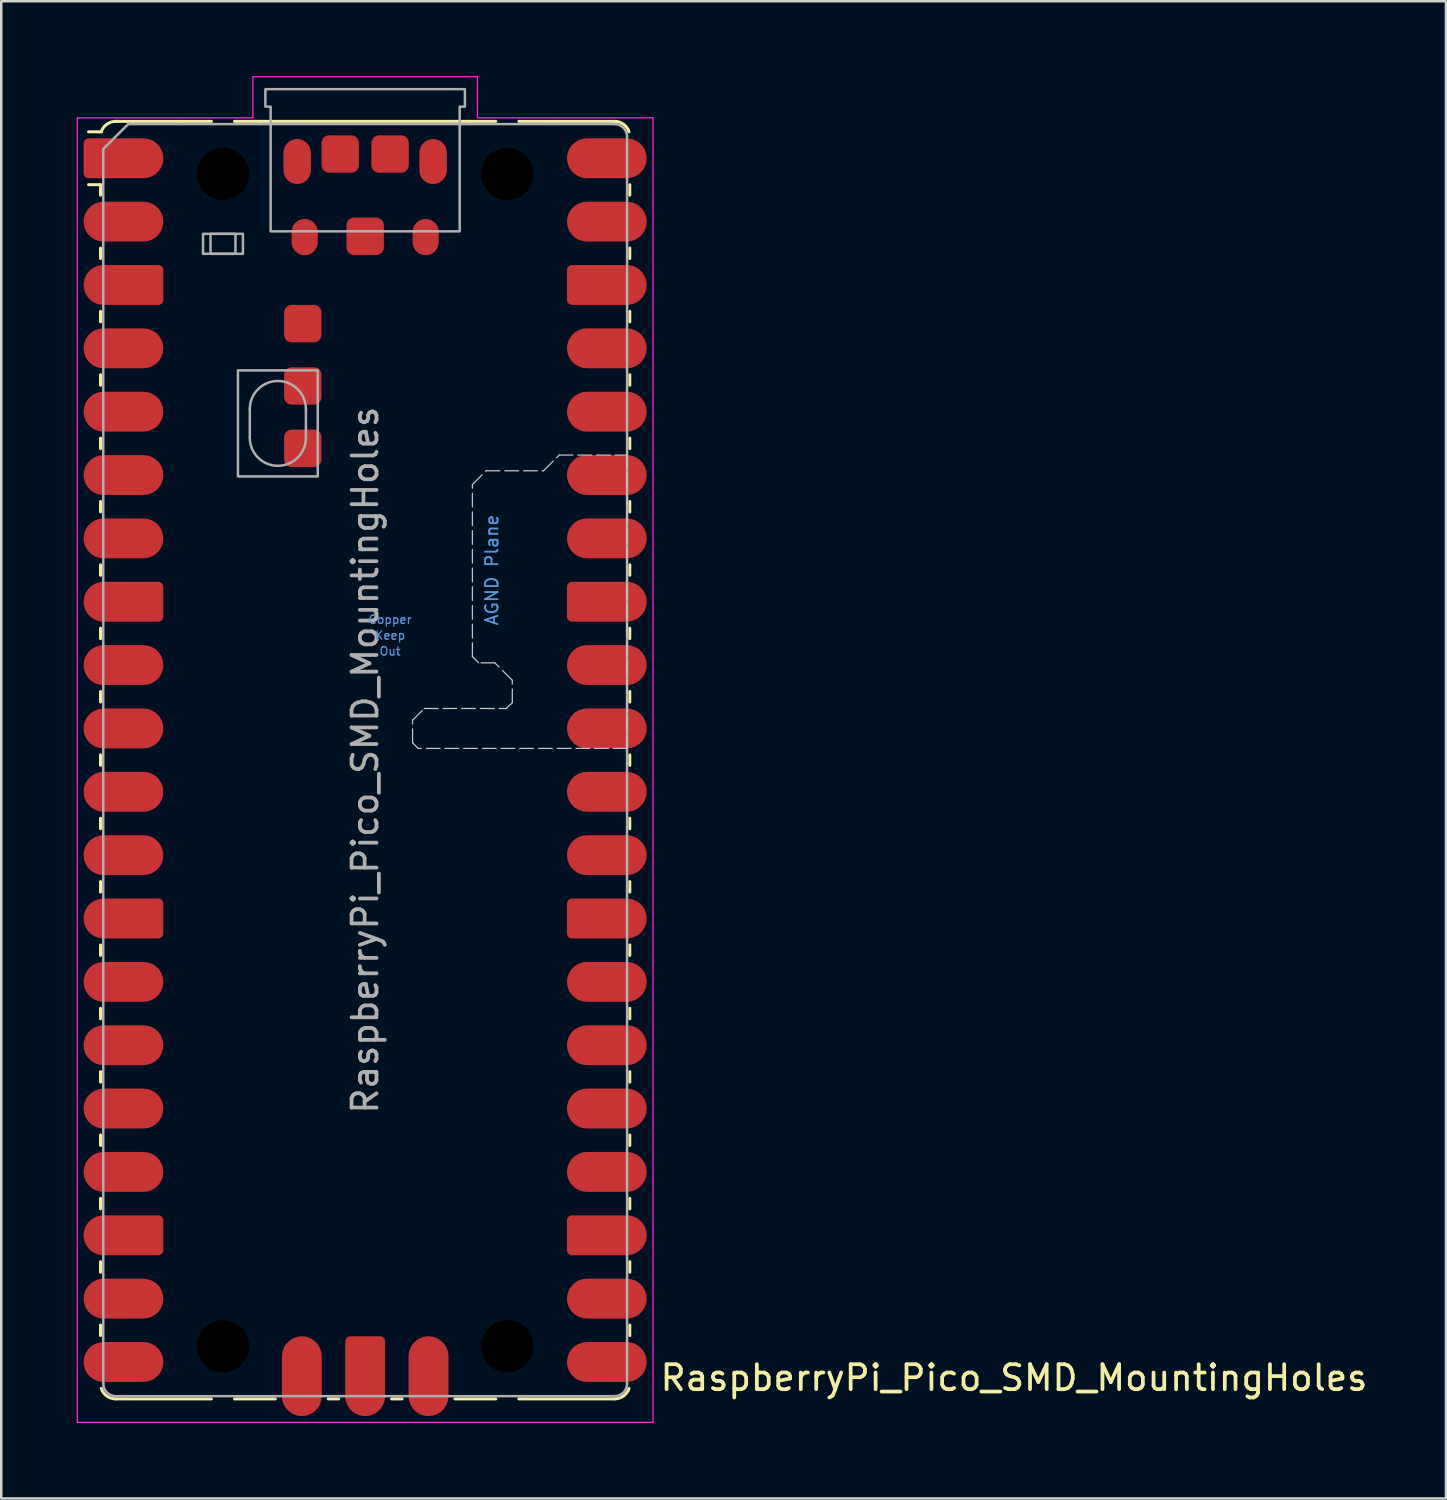
<source format=kicad_pcb>
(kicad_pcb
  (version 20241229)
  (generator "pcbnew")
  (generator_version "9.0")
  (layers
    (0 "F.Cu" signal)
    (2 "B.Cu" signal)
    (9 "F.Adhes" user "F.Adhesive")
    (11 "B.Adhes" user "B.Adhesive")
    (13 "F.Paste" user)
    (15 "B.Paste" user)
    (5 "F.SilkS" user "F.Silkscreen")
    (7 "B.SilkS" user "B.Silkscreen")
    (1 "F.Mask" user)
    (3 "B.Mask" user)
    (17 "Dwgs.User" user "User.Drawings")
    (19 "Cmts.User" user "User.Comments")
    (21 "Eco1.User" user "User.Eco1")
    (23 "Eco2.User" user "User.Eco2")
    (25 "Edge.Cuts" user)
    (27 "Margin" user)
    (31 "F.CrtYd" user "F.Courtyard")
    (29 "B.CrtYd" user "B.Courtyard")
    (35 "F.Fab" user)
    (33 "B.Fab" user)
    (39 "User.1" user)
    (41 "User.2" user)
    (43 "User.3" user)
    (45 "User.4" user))
  (footprint "RaspberryPi_Pico_SMD_MountingHoles"
    (layer "F.Cu")
    (at 11.59 27.425)
    (property "Reference" "RaspberryPi_Pico_SMD_MountingHoles" (at 11.748 24.765 0) (unlocked yes) (layer "F.SilkS") (effects (font (size 1 1) (thickness 0.15)) (justify left)))
    (attr smd)
    (fp_line (start -10.61 -23.07) (end -11.09 -23.07) (stroke (width 0.12) (type solid)) (layer "F.SilkS"))
    (fp_line (start -10.61 -23.07) (end -10.61 -22.65) (stroke (width 0.12) (type solid)) (layer "F.SilkS"))
    (fp_line (start -10.61 -20.53) (end -10.61 -20.11) (stroke (width 0.12) (type solid)) (layer "F.SilkS"))
    (fp_line (start -10.61 -17.99) (end -10.61 -17.57) (stroke (width 0.12) (type solid)) (layer "F.SilkS"))
    (fp_line (start -10.61 -15.45) (end -10.61 -15.03) (stroke (width 0.12) (type solid)) (layer "F.SilkS"))
    (fp_line (start -10.61 -12.91) (end -10.61 -12.49) (stroke (width 0.12) (type solid)) (layer "F.SilkS"))
    (fp_line (start -10.61 -10.37) (end -10.61 -9.95) (stroke (width 0.12) (type solid)) (layer "F.SilkS"))
    (fp_line (start -10.61 -7.83) (end -10.61 -7.41) (stroke (width 0.12) (type solid)) (layer "F.SilkS"))
    (fp_line (start -10.61 -5.29) (end -10.61 -4.87) (stroke (width 0.12) (type solid)) (layer "F.SilkS"))
    (fp_line (start -10.61 -2.75) (end -10.61 -2.33) (stroke (width 0.12) (type solid)) (layer "F.SilkS"))
    (fp_line (start -10.61 -0.21) (end -10.61 0.21) (stroke (width 0.12) (type solid)) (layer "F.SilkS"))
    (fp_line (start -10.61 2.33) (end -10.61 2.75) (stroke (width 0.12) (type solid)) (layer "F.SilkS"))
    (fp_line (start -10.61 4.87) (end -10.61 5.29) (stroke (width 0.12) (type solid)) (layer "F.SilkS"))
    (fp_line (start -10.61 7.41) (end -10.61 7.83) (stroke (width 0.12) (type solid)) (layer "F.SilkS"))
    (fp_line (start -10.61 9.95) (end -10.61 10.37) (stroke (width 0.12) (type solid)) (layer "F.SilkS"))
    (fp_line (start -10.61 12.49) (end -10.61 12.91) (stroke (width 0.12) (type solid)) (layer "F.SilkS"))
    (fp_line (start -10.61 15.03) (end -10.61 15.45) (stroke (width 0.12) (type solid)) (layer "F.SilkS"))
    (fp_line (start -10.61 17.57) (end -10.61 17.99) (stroke (width 0.12) (type solid)) (layer "F.SilkS"))
    (fp_line (start -10.61 20.11) (end -10.61 20.53) (stroke (width 0.12) (type solid)) (layer "F.SilkS"))
    (fp_line (start -10.61 22.65) (end -10.61 23.07) (stroke (width 0.12) (type solid)) (layer "F.SilkS"))
    (fp_line (start -10.58 -25.19) (end -11.09 -25.19) (stroke (width 0.12) (type solid)) (layer "F.SilkS"))
    (fp_line (start -10 -25.61) (end -7.51 -25.61) (stroke (width 0.12) (type solid)) (layer "F.SilkS"))
    (fp_line (start -10 25.61) (end -6.162 25.61) (stroke (width 0.12) (type solid)) (layer "F.SilkS"))
    (fp_line (start -7.51 -25.61) (end -6.162 -25.61) (stroke (width 0.12) (type solid)) (layer "F.SilkS"))
    (fp_line (start -5.238 -25.61) (end -4.235 -25.61) (stroke (width 0.12) (type solid)) (layer "F.SilkS"))
    (fp_line (start -4.235 -25.61) (end 4.235 -25.61) (stroke (width 0.12) (type solid)) (layer "F.SilkS"))
    (fp_line (start -3.6 25.61) (end -5.238 25.61) (stroke (width 0.12) (type solid)) (layer "F.SilkS"))
    (fp_line (start -1.48 25.61) (end -1.06 25.61) (stroke (width 0.12) (type solid)) (layer "F.SilkS"))
    (fp_line (start 1.06 25.61) (end 1.48 25.61) (stroke (width 0.12) (type solid)) (layer "F.SilkS"))
    (fp_line (start 4.235 -25.61) (end 5.238 -25.61) (stroke (width 0.12) (type solid)) (layer "F.SilkS"))
    (fp_line (start 5.238 25.61) (end 3.6 25.61) (stroke (width 0.12) (type solid)) (layer "F.SilkS"))
    (fp_line (start 6.162 -25.61) (end 7.51 -25.61) (stroke (width 0.12) (type solid)) (layer "F.SilkS"))
    (fp_line (start 6.162 25.61) (end 10 25.61) (stroke (width 0.12) (type solid)) (layer "F.SilkS"))
    (fp_line (start 10 -25.61) (end 7.51 -25.61) (stroke (width 0.12) (type solid)) (layer "F.SilkS"))
    (fp_line (start 10.61 -23.07) (end 10.61 -22.65) (stroke (width 0.12) (type solid)) (layer "F.SilkS"))
    (fp_line (start 10.61 -20.53) (end 10.61 -20.11) (stroke (width 0.12) (type solid)) (layer "F.SilkS"))
    (fp_line (start 10.61 -17.99) (end 10.61 -17.57) (stroke (width 0.12) (type solid)) (layer "F.SilkS"))
    (fp_line (start 10.61 -15.45) (end 10.61 -15.03) (stroke (width 0.12) (type solid)) (layer "F.SilkS"))
    (fp_line (start 10.61 -12.91) (end 10.61 -12.49) (stroke (width 0.12) (type solid)) (layer "F.SilkS"))
    (fp_line (start 10.61 -10.37) (end 10.61 -9.95) (stroke (width 0.12) (type solid)) (layer "F.SilkS"))
    (fp_line (start 10.61 -7.83) (end 10.61 -7.41) (stroke (width 0.12) (type solid)) (layer "F.SilkS"))
    (fp_line (start 10.61 -5.29) (end 10.61 -4.87) (stroke (width 0.12) (type solid)) (layer "F.SilkS"))
    (fp_line (start 10.61 -2.75) (end 10.61 -2.33) (stroke (width 0.12) (type solid)) (layer "F.SilkS"))
    (fp_line (start 10.61 -0.21) (end 10.61 0.21) (stroke (width 0.12) (type solid)) (layer "F.SilkS"))
    (fp_line (start 10.61 2.33) (end 10.61 2.75) (stroke (width 0.12) (type solid)) (layer "F.SilkS"))
    (fp_line (start 10.61 4.87) (end 10.61 5.29) (stroke (width 0.12) (type solid)) (layer "F.SilkS"))
    (fp_line (start 10.61 7.41) (end 10.61 7.83) (stroke (width 0.12) (type solid)) (layer "F.SilkS"))
    (fp_line (start 10.61 9.95) (end 10.61 10.37) (stroke (width 0.12) (type solid)) (layer "F.SilkS"))
    (fp_line (start 10.61 12.49) (end 10.61 12.91) (stroke (width 0.12) (type solid)) (layer "F.SilkS"))
    (fp_line (start 10.61 15.03) (end 10.61 15.45) (stroke (width 0.12) (type solid)) (layer "F.SilkS"))
    (fp_line (start 10.61 17.57) (end 10.61 17.99) (stroke (width 0.12) (type solid)) (layer "F.SilkS"))
    (fp_line (start 10.61 20.11) (end 10.61 20.53) (stroke (width 0.12) (type solid)) (layer "F.SilkS"))
    (fp_line (start 10.61 22.65) (end 10.61 23.07) (stroke (width 0.12) (type solid)) (layer "F.SilkS"))
    (fp_arc (start -10.579676 -25.19) (mid -10.357938 -25.493944) (end -10 -25.61) (stroke (width 0.12) (type solid)) (layer "F.SilkS"))
    (fp_arc (start -10 25.61) (mid -10.357937 25.493944) (end -10.579676 25.189937) (stroke (width 0.12) (type solid)) (layer "F.SilkS"))
    (fp_arc (start 10 -25.61) (mid 10.357937 -25.493944) (end 10.579676 -25.189937) (stroke (width 0.12) (type solid)) (layer "F.SilkS"))
    (fp_arc (start 10.579676 25.189937) (mid 10.357958 25.493991) (end 10 25.61) (stroke (width 0.12) (type solid)) (layer "F.SilkS"))
    (fp_poly (pts (xy 10.5 -0.47) (xy 2.12 -0.47) (xy 1.9 -0.7) (xy 1.9 -1.6) (xy 2.37 -2.07) (xy 5.65 -2.07) (xy 5.9 -2.3) (xy 5.9 -3.2) (xy 5.2 -3.9) (xy 4.55 -3.9) (xy 4.3 -4.15) (xy 4.3 -11.05) (xy 4.85 -11.6) (xy 7.15 -11.6) (xy 7.78 -12.23) (xy 10.5 -12.23)) (stroke (width 0.05) (type dash)) (fill no) (layer "Dwgs.User"))
    (fp_poly (pts (xy -4.5 -27.4) (xy 4.5 -27.4) (xy 4.5 -25.75) (xy 11.54 -25.75) (xy 11.54 26.55) (xy -11.54 26.55) (xy -11.54 -25.75) (xy -4.5 -25.75)) (stroke (width 0.05) (type solid)) (fill no) (layer "F.CrtYd"))
    (fp_line (start -10.5 -24.5) (end -9.5 -25.5) (stroke (width 0.1) (type solid)) (layer "F.Fab"))
    (fp_line (start -10.5 25) (end -10.5 -24.5) (stroke (width 0.1) (type solid)) (layer "F.Fab"))
    (fp_line (start -9.5 -25.5) (end 10 -25.5) (stroke (width 0.1) (type solid)) (layer "F.Fab"))
    (fp_line (start -4.625 -14.075) (end -4.625 -12.925) (stroke (width 0.1) (type solid)) (layer "F.Fab"))
    (fp_line (start -2.375 -14.075) (end -2.375 -12.925) (stroke (width 0.1) (type solid)) (layer "F.Fab"))
    (fp_line (start 10 25.5) (end -10 25.5) (stroke (width 0.1) (type solid)) (layer "F.Fab"))
    (fp_line (start 10.5 -25) (end 10.5 25) (stroke (width 0.1) (type solid)) (layer "F.Fab"))
    (fp_rect (start -6.5 -21.1) (end -4.9 -20.3) (stroke (width 0.1) (type solid)) (fill no) (layer "F.Fab"))
    (fp_rect (start -6.2 -21.1) (end -5.2 -20.3) (stroke (width 0.1) (type solid)) (fill no) (layer "F.Fab"))
    (fp_rect (start -5.1 -15.625) (end -1.9 -11.375) (stroke (width 0.1) (type solid)) (fill no) (layer "F.Fab"))
    (fp_arc (start -10 25.5) (mid -10.353553 25.353553) (end -10.5 25) (stroke (width 0.1) (type solid)) (layer "F.Fab"))
    (fp_arc (start -4.625 -14.075) (mid -3.5 -15.2) (end -2.375 -14.075) (stroke (width 0.1) (type solid)) (layer "F.Fab"))
    (fp_arc (start -2.375 -12.925) (mid -3.5 -11.8) (end -4.625 -12.925) (stroke (width 0.1) (type solid)) (layer "F.Fab"))
    (fp_arc (start 10 -25.5) (mid 10.353553 -25.353553) (end 10.5 -25) (stroke (width 0.1) (type solid)) (layer "F.Fab"))
    (fp_arc (start 10.5 25) (mid 10.353553 25.353553) (end 10 25.5) (stroke (width 0.1) (type solid)) (layer "F.Fab"))
    (fp_poly (pts (xy 3.79 -21.2) (xy 3.79 -26.2) (xy 4 -26.2) (xy 4 -26.9) (xy -4 -26.9) (xy -4 -26.2) (xy -3.79 -26.2) (xy -3.79 -21.2)) (stroke (width 0.1) (type solid)) (fill no) (layer "F.Fab"))
    (fp_text user "Keep" (at 1 -5 0) (unlocked yes) (layer "Cmts.User") (effects (font (size 0.333 0.333) (thickness 0.05))))
    (fp_text user "Copper" (at 1 -5.635 0) (unlocked yes) (layer "Cmts.User") (effects (font (size 0.333 0.333) (thickness 0.05))))
    (fp_text user "Out" (at 1 -4.365 0) (unlocked yes) (layer "Cmts.User") (effects (font (size 0.333 0.333) (thickness 0.05))))
    (fp_text user "AGND Plane" (at 5.08 -7.62 90) (unlocked yes) (layer "Cmts.User") (effects (font (size 0.5 0.5) (thickness 0.075))))
    (fp_text user "${REFERENCE}" (at 0 0 90) (layer "F.Fab") (effects (font (size 1 1) (thickness 0.15))))
    (pad "" smd rect (at -8.89 -24.13) (size 3.8 2.2) (drill (offset -0.8 0)) (layers "F.Paste"))
    (pad "" smd rect (at -8.89 -21.59) (size 3.8 2.2) (drill (offset -0.8 0)) (layers "F.Paste"))
    (pad "" smd rect (at -8.89 -19.05) (size 3.8 2.2) (drill (offset -0.8 0)) (layers "F.Paste"))
    (pad "" smd rect (at -8.89 -16.51) (size 3.8 2.2) (drill (offset -0.8 0)) (layers "F.Paste"))
    (pad "" smd rect (at -8.89 -13.97) (size 3.8 2.2) (drill (offset -0.8 0)) (layers "F.Paste"))
    (pad "" smd rect (at -8.89 -11.43) (size 3.8 2.2) (drill (offset -0.8 0)) (layers "F.Paste"))
    (pad "" smd rect (at -8.89 -8.89) (size 3.8 2.2) (drill (offset -0.8 0)) (layers "F.Paste"))
    (pad "" smd rect (at -8.89 -6.35) (size 3.8 2.2) (drill (offset -0.8 0)) (layers "F.Paste"))
    (pad "" smd rect (at -8.89 -3.81) (size 3.8 2.2) (drill (offset -0.8 0)) (layers "F.Paste"))
    (pad "" smd rect (at -8.89 -1.27) (size 3.8 2.2) (drill (offset -0.8 0)) (layers "F.Paste"))
    (pad "" smd rect (at -8.89 1.27) (size 3.8 2.2) (drill (offset -0.8 0)) (layers "F.Paste"))
    (pad "" smd rect (at -8.89 3.81) (size 3.8 2.2) (drill (offset -0.8 0)) (layers "F.Paste"))
    (pad "" smd rect (at -8.89 6.35) (size 3.8 2.2) (drill (offset -0.8 0)) (layers "F.Paste"))
    (pad "" smd rect (at -8.89 8.89) (size 3.8 2.2) (drill (offset -0.8 0)) (layers "F.Paste"))
    (pad "" smd rect (at -8.89 11.43) (size 3.8 2.2) (drill (offset -0.8 0)) (layers "F.Paste"))
    (pad "" smd rect (at -8.89 13.97) (size 3.8 2.2) (drill (offset -0.8 0)) (layers "F.Paste"))
    (pad "" smd rect (at -8.89 16.51) (size 3.8 2.2) (drill (offset -0.8 0)) (layers "F.Paste"))
    (pad "" smd rect (at -8.89 19.05) (size 3.8 2.2) (drill (offset -0.8 0)) (layers "F.Paste"))
    (pad "" smd rect (at -8.89 21.59) (size 3.8 2.2) (drill (offset -0.8 0)) (layers "F.Paste"))
    (pad "" smd rect (at -8.89 24.13) (size 3.8 2.2) (drill (offset -0.8 0)) (layers "F.Paste"))
    (pad "" np_thru_hole circle (at -5.7 -23.5) (size 3.8 3.8) (drill 2.1) (layers "*.Mask"))
    (pad "" np_thru_hole circle (at -5.7 23.5) (size 3.8 3.8) (drill 2.1) (layers "*.Mask"))
    (pad "" smd oval (at -2.725 -24) (size 1.1 1.8) (layers "F.Cu" "F.Mask" "F.Paste"))
    (pad "" smd rect (at -2.54 23.9) (size 2.2 3.8) (drill (offset 0 0.8)) (layers "F.Paste"))
    (pad "" smd oval (at -2.425 -20.97) (size 1.05 1.45) (layers "F.Cu" "F.Mask" "F.Paste"))
    (pad "" smd rect (at 0 23.9) (size 2.2 3.8) (drill (offset 0 0.8)) (layers "F.Paste"))
    (pad "" smd oval (at 2.425 -20.97) (size 1.05 1.45) (layers "F.Cu" "F.Mask" "F.Paste"))
    (pad "" smd rect (at 2.54 23.9) (size 2.2 3.8) (drill (offset 0 0.8)) (layers "F.Paste"))
    (pad "" smd oval (at 2.725 -24) (size 1.1 1.8) (layers "F.Cu" "F.Mask" "F.Paste"))
    (pad "" np_thru_hole circle (at 5.7 -23.5) (size 3.8 3.8) (drill 2.1) (layers "*.Mask"))
    (pad "" np_thru_hole circle (at 5.7 23.5) (size 3.8 3.8) (drill 2.1) (layers "*.Mask"))
    (pad "" smd rect (at 8.89 -24.13) (size 3.8 2.2) (drill (offset 0.8 0)) (layers "F.Paste"))
    (pad "" smd rect (at 8.89 -21.59) (size 3.8 2.2) (drill (offset 0.8 0)) (layers "F.Paste"))
    (pad "" smd rect (at 8.89 -19.05) (size 3.8 2.2) (drill (offset 0.8 0)) (layers "F.Paste"))
    (pad "" smd rect (at 8.89 -16.51) (size 3.8 2.2) (drill (offset 0.8 0)) (layers "F.Paste"))
    (pad "" smd rect (at 8.89 -13.97) (size 3.8 2.2) (drill (offset 0.8 0)) (layers "F.Paste"))
    (pad "" smd rect (at 8.89 -11.43) (size 3.8 2.2) (drill (offset 0.8 0)) (layers "F.Paste"))
    (pad "" smd rect (at 8.89 -8.89) (size 3.8 2.2) (drill (offset 0.8 0)) (layers "F.Paste"))
    (pad "" smd rect (at 8.89 -6.35) (size 3.8 2.2) (drill (offset 0.8 0)) (layers "F.Paste"))
    (pad "" smd rect (at 8.89 -3.81) (size 3.8 2.2) (drill (offset 0.8 0)) (layers "F.Paste"))
    (pad "" smd rect (at 8.89 -1.27) (size 3.8 2.2) (drill (offset 0.8 0)) (layers "F.Paste"))
    (pad "" smd rect (at 8.89 1.27) (size 3.8 2.2) (drill (offset 0.8 0)) (layers "F.Paste"))
    (pad "" smd rect (at 8.89 3.81) (size 3.8 2.2) (drill (offset 0.8 0)) (layers "F.Paste"))
    (pad "" smd rect (at 8.89 6.35) (size 3.8 2.2) (drill (offset 0.8 0)) (layers "F.Paste"))
    (pad "" smd rect (at 8.89 8.89) (size 3.8 2.2) (drill (offset 0.8 0)) (layers "F.Paste"))
    (pad "" smd rect (at 8.89 11.43) (size 3.8 2.2) (drill (offset 0.8 0)) (layers "F.Paste"))
    (pad "" smd rect (at 8.89 13.97) (size 3.8 2.2) (drill (offset 0.8 0)) (layers "F.Paste"))
    (pad "" smd rect (at 8.89 16.51) (size 3.8 2.2) (drill (offset 0.8 0)) (layers "F.Paste"))
    (pad "" smd rect (at 8.89 19.05) (size 3.8 2.2) (drill (offset 0.8 0)) (layers "F.Paste"))
    (pad "" smd rect (at 8.89 21.59) (size 3.8 2.2) (drill (offset 0.8 0)) (layers "F.Paste"))
    (pad "" smd rect (at 8.89 24.13) (size 3.8 2.2) (drill (offset 0.8 0)) (layers "F.Paste"))
    (pad "1" smd custom (at -8.89 -24.13) (size 1.6 1.6) (layers "F.Cu" "F.Mask") (options (anchor circle)) (primitives (gr_poly (pts (xy -2.4 0.6) (xy -2.4 -0.6) (xy -2.2 -0.8) (xy 0 -0.8) (xy 0 0.8) (xy -2.2 0.8)) (width 0) (fill yes)) (gr_circle (center -2.2 0.6) (end -2 0.6) (width 0) (fill yes)) (gr_circle (center -2.2 -0.6) (end -2 -0.6) (width 0) (fill yes))))
    (pad "2" smd roundrect (at -8.89 -21.59) (size 3.2 1.6) (drill (offset -0.8 0)) (layers "F.Cu" "F.Mask") (roundrect_rratio 0.5))
    (pad "3" smd custom (at -8.89 -19.05) (size 1.6 1.6) (layers "F.Cu" "F.Mask") (options (anchor circle)) (primitives (gr_poly (pts (xy 0.8 -0.6) (xy 0.8 0.6) (xy 0.6 0.8) (xy -1.6 0.8) (xy -1.6 -0.8) (xy 0.6 -0.8)) (width 0) (fill yes)) (gr_circle (center 0.6 0.6) (end 0.8 0.6) (width 0) (fill yes)) (gr_circle (center 0.6 -0.6) (end 0.8 -0.6) (width 0) (fill yes)) (gr_circle (center -1.6 0) (end -0.8 0) (width 0) (fill yes))))
    (pad "4" smd roundrect (at -8.89 -16.51) (size 3.2 1.6) (drill (offset -0.8 0)) (layers "F.Cu" "F.Mask") (roundrect_rratio 0.5))
    (pad "5" smd roundrect (at -8.89 -13.97) (size 3.2 1.6) (drill (offset -0.8 0)) (layers "F.Cu" "F.Mask") (roundrect_rratio 0.5))
    (pad "6" smd roundrect (at -8.89 -11.43) (size 3.2 1.6) (drill (offset -0.8 0)) (layers "F.Cu" "F.Mask") (roundrect_rratio 0.5))
    (pad "7" smd roundrect (at -8.89 -8.89) (size 3.2 1.6) (drill (offset -0.8 0)) (layers "F.Cu" "F.Mask") (roundrect_rratio 0.5))
    (pad "8" smd custom (at -8.89 -6.35) (size 1.6 1.6) (layers "F.Cu" "F.Mask") (options (anchor circle)) (primitives (gr_poly (pts (xy 0.8 -0.6) (xy 0.8 0.6) (xy 0.6 0.8) (xy -1.6 0.8) (xy -1.6 -0.8) (xy 0.6 -0.8)) (width 0) (fill yes)) (gr_circle (center 0.6 0.6) (end 0.8 0.6) (width 0) (fill yes)) (gr_circle (center 0.6 -0.6) (end 0.8 -0.6) (width 0) (fill yes)) (gr_circle (center -1.6 0) (end -0.8 0) (width 0) (fill yes))))
    (pad "9" smd roundrect (at -8.89 -3.81) (size 3.2 1.6) (drill (offset -0.8 0)) (layers "F.Cu" "F.Mask") (roundrect_rratio 0.5))
    (pad "10" smd roundrect (at -8.89 -1.27) (size 3.2 1.6) (drill (offset -0.8 0)) (layers "F.Cu" "F.Mask") (roundrect_rratio 0.5))
    (pad "11" smd roundrect (at -8.89 1.27) (size 3.2 1.6) (drill (offset -0.8 0)) (layers "F.Cu" "F.Mask") (roundrect_rratio 0.5))
    (pad "12" smd roundrect (at -8.89 3.81) (size 3.2 1.6) (drill (offset -0.8 0)) (layers "F.Cu" "F.Mask") (roundrect_rratio 0.5))
    (pad "13" smd custom (at -8.89 6.35) (size 1.6 1.6) (layers "F.Cu" "F.Mask") (options (anchor circle)) (primitives (gr_poly (pts (xy 0.8 -0.6) (xy 0.8 0.6) (xy 0.6 0.8) (xy -1.6 0.8) (xy -1.6 -0.8) (xy 0.6 -0.8)) (width 0) (fill yes)) (gr_circle (center 0.6 0.6) (end 0.8 0.6) (width 0) (fill yes)) (gr_circle (center 0.6 -0.6) (end 0.8 -0.6) (width 0) (fill yes)) (gr_circle (center -1.6 0) (end -0.8 0) (width 0) (fill yes))))
    (pad "14" smd roundrect (at -8.89 8.89) (size 3.2 1.6) (drill (offset -0.8 0)) (layers "F.Cu" "F.Mask") (roundrect_rratio 0.5))
    (pad "15" smd roundrect (at -8.89 11.43) (size 3.2 1.6) (drill (offset -0.8 0)) (layers "F.Cu" "F.Mask") (roundrect_rratio 0.5))
    (pad "16" smd roundrect (at -8.89 13.97) (size 3.2 1.6) (drill (offset -0.8 0)) (layers "F.Cu" "F.Mask") (roundrect_rratio 0.5))
    (pad "17" smd roundrect (at -8.89 16.51) (size 3.2 1.6) (drill (offset -0.8 0)) (layers "F.Cu" "F.Mask") (roundrect_rratio 0.5))
    (pad "18" smd custom (at -8.89 19.05) (size 1.6 1.6) (layers "F.Cu" "F.Mask") (options (anchor circle)) (primitives (gr_poly (pts (xy 0.8 -0.6) (xy 0.8 0.6) (xy 0.6 0.8) (xy -1.6 0.8) (xy -1.6 -0.8) (xy 0.6 -0.8)) (width 0) (fill yes)) (gr_circle (center 0.6 0.6) (end 0.8 0.6) (width 0) (fill yes)) (gr_circle (center 0.6 -0.6) (end 0.8 -0.6) (width 0) (fill yes)) (gr_circle (center -1.6 0) (end -0.8 0) (width 0) (fill yes))))
    (pad "19" smd roundrect (at -8.89 21.59) (size 3.2 1.6) (drill (offset -0.8 0)) (layers "F.Cu" "F.Mask") (roundrect_rratio 0.5))
    (pad "20" smd roundrect (at -8.89 24.13) (size 3.2 1.6) (drill (offset -0.8 0)) (layers "F.Cu" "F.Mask") (roundrect_rratio 0.5))
    (pad "21" smd roundrect (at 8.89 24.13) (size 3.2 1.6) (drill (offset 0.8 0)) (layers "F.Cu" "F.Mask") (roundrect_rratio 0.5))
    (pad "22" smd roundrect (at 8.89 21.59) (size 3.2 1.6) (drill (offset 0.8 0)) (layers "F.Cu" "F.Mask") (roundrect_rratio 0.5))
    (pad "23" smd custom (at 8.89 19.05) (size 1.6 1.6) (layers "F.Cu" "F.Mask") (options (anchor circle)) (primitives (gr_poly (pts (xy -0.8 -0.6) (xy -0.8 0.6) (xy -0.6 0.8) (xy 1.6 0.8) (xy 1.6 -0.8) (xy -0.6 -0.8)) (width 0) (fill yes)) (gr_circle (center -0.6 0.6) (end -0.4 0.6) (width 0) (fill yes)) (gr_circle (center -0.6 -0.6) (end -0.4 -0.6) (width 0) (fill yes)) (gr_circle (center 1.6 0) (end 2.4 0) (width 0) (fill yes))))
    (pad "24" smd roundrect (at 8.89 16.51) (size 3.2 1.6) (drill (offset 0.8 0)) (layers "F.Cu" "F.Mask") (roundrect_rratio 0.5))
    (pad "25" smd roundrect (at 8.89 13.97) (size 3.2 1.6) (drill (offset 0.8 0)) (layers "F.Cu" "F.Mask") (roundrect_rratio 0.5))
    (pad "26" smd roundrect (at 8.89 11.43) (size 3.2 1.6) (drill (offset 0.8 0)) (layers "F.Cu" "F.Mask") (roundrect_rratio 0.5))
    (pad "27" smd roundrect (at 8.89 8.89) (size 3.2 1.6) (drill (offset 0.8 0)) (layers "F.Cu" "F.Mask") (roundrect_rratio 0.5))
    (pad "28" smd custom (at 8.89 6.35) (size 1.6 1.6) (layers "F.Cu" "F.Mask") (options (anchor circle)) (primitives (gr_poly (pts (xy -0.8 -0.6) (xy -0.8 0.6) (xy -0.6 0.8) (xy 1.6 0.8) (xy 1.6 -0.8) (xy -0.6 -0.8)) (width 0) (fill yes)) (gr_circle (center -0.6 0.6) (end -0.4 0.6) (width 0) (fill yes)) (gr_circle (center -0.6 -0.6) (end -0.4 -0.6) (width 0) (fill yes)) (gr_circle (center 1.6 0) (end 2.4 0) (width 0) (fill yes))))
    (pad "29" smd roundrect (at 8.89 3.81) (size 3.2 1.6) (drill (offset 0.8 0)) (layers "F.Cu" "F.Mask") (roundrect_rratio 0.5))
    (pad "30" smd roundrect (at 8.89 1.27) (size 3.2 1.6) (drill (offset 0.8 0)) (layers "F.Cu" "F.Mask") (roundrect_rratio 0.5))
    (pad "31" smd roundrect (at 8.89 -1.27) (size 3.2 1.6) (drill (offset 0.8 0)) (layers "F.Cu" "F.Mask") (roundrect_rratio 0.5))
    (pad "32" smd roundrect (at 8.89 -3.81) (size 3.2 1.6) (drill (offset 0.8 0)) (layers "F.Cu" "F.Mask") (roundrect_rratio 0.5))
    (pad "33" smd custom (at 8.89 -6.35) (size 1.6 1.6) (layers "F.Cu" "F.Mask") (options (anchor circle)) (primitives (gr_poly (pts (xy -0.8 -0.6) (xy -0.8 0.6) (xy -0.6 0.8) (xy 1.6 0.8) (xy 1.6 -0.8) (xy -0.6 -0.8)) (width 0) (fill yes)) (gr_circle (center -0.6 0.6) (end -0.4 0.6) (width 0) (fill yes)) (gr_circle (center -0.6 -0.6) (end -0.4 -0.6) (width 0) (fill yes)) (gr_circle (center 1.6 0) (end 2.4 0) (width 0) (fill yes))))
    (pad "34" smd roundrect (at 8.89 -8.89) (size 3.2 1.6) (drill (offset 0.8 0)) (layers "F.Cu" "F.Mask") (roundrect_rratio 0.5))
    (pad "35" smd roundrect (at 8.89 -11.43) (size 3.2 1.6) (drill (offset 0.8 0)) (layers "F.Cu" "F.Mask") (roundrect_rratio 0.5))
    (pad "36" smd roundrect (at 8.89 -13.97) (size 3.2 1.6) (drill (offset 0.8 0)) (layers "F.Cu" "F.Mask") (roundrect_rratio 0.5))
    (pad "37" smd roundrect (at 8.89 -16.51) (size 3.2 1.6) (drill (offset 0.8 0)) (layers "F.Cu" "F.Mask") (roundrect_rratio 0.5))
    (pad "38" smd custom (at 8.89 -19.05) (size 1.6 1.6) (layers "F.Cu" "F.Mask") (options (anchor circle)) (primitives (gr_poly (pts (xy -0.8 -0.6) (xy -0.8 0.6) (xy -0.6 0.8) (xy 1.6 0.8) (xy 1.6 -0.8) (xy -0.6 -0.8)) (width 0) (fill yes)) (gr_circle (center -0.6 0.6) (end -0.4 0.6) (width 0) (fill yes)) (gr_circle (center -0.6 -0.6) (end -0.4 -0.6) (width 0) (fill yes)) (gr_circle (center 1.6 0) (end 2.4 0) (width 0) (fill yes))))
    (pad "39" smd roundrect (at 8.89 -21.59) (size 3.2 1.6) (drill (offset 0.8 0)) (layers "F.Cu" "F.Mask") (roundrect_rratio 0.5))
    (pad "40" smd roundrect (at 8.89 -24.13) (size 3.2 1.6) (drill (offset 0.8 0)) (layers "F.Cu" "F.Mask") (roundrect_rratio 0.5))
    (pad "D1" smd roundrect (at -2.54 23.9 90) (size 3.2 1.6) (drill (offset -0.8 0)) (layers "F.Cu" "F.Mask") (roundrect_rratio 0.5))
    (pad "D2" smd custom (at 0 23.9 270) (size 1.6 1.6) (layers "F.Cu" "F.Mask") (options (anchor circle)) (primitives (gr_poly (pts (xy -0.8 -0.6) (xy -0.8 0.6) (xy -0.6 0.8) (xy 1.6 0.8) (xy 1.6 -0.8) (xy -0.6 -0.8)) (width 0) (fill yes)) (gr_circle (center -0.6 0.6) (end -0.4 0.6) (width 0) (fill yes)) (gr_circle (center -0.6 -0.6) (end -0.4 -0.6) (width 0) (fill yes)) (gr_circle (center 1.6 0) (end 2.4 0) (width 0) (fill yes))))
    (pad "D3" smd roundrect (at 2.54 23.9 90) (size 3.2 1.6) (drill (offset -0.8 0)) (layers "F.Cu" "F.Mask") (roundrect_rratio 0.5))
    (pad "TP1" smd roundrect (at 0 -21) (size 1.5 1.5) (layers "F.Cu" "F.Mask" "F.Paste") (roundrect_rratio 0.2))
    (pad "TP2" smd roundrect (at 1 -24.3) (size 1.5 1.5) (layers "F.Cu" "F.Mask" "F.Paste") (roundrect_rratio 0.2))
    (pad "TP3" smd roundrect (at -1 -24.3) (size 1.5 1.5) (layers "F.Cu" "F.Mask" "F.Paste") (roundrect_rratio 0.2))
    (pad "TP4" smd roundrect (at -2.5 -17.5) (size 1.5 1.5) (layers "F.Cu" "F.Mask" "F.Paste") (roundrect_rratio 0.2))
    (pad "TP5" smd roundrect (at -2.5 -15) (size 1.5 1.5) (layers "F.Cu" "F.Mask" "F.Paste") (roundrect_rratio 0.2))
    (pad "TP6" smd roundrect (at -2.5 -12.5) (size 1.5 1.5) (layers "F.Cu" "F.Mask" "F.Paste") (roundrect_rratio 0.2))
    (zone (net_name "") (layers "F.Cu" "F.Paste") (name "Pad Keep Out TP7") (hatch full 0.5) (connect_pads) (min_thickness 0.25) (filled_areas_thickness no) (keepout (tracks not_allowed) (vias not_allowed) (pads not_allowed) (copperpour not_allowed) (footprints allowed)) (placement (enabled no)) (fill) (polygon (pts (xy 11.642 21.909) (xy 11.676 21.783) (xy 11.742 21.669) (xy 11.834 21.577) (xy 11.948 21.511) (xy 12.074 21.477) (xy 12.14 21.475) (xy 12.59 21.475) (xy 12.59 23.375) (xy 12.14 23.375) (xy 12.074 23.373) (xy 11.948 23.339) (xy 11.834 23.273) (xy 11.742 23.181) (xy 11.676 23.067) (xy 11.642 22.941) (xy 11.64 22.875) (xy 11.64 21.975))))
    (zone (net_name "") (layers "F.Cu" "F.Paste") (name "Pad Keep Out TP7") (hatch full 0.5) (connect_pads) (min_thickness 0.25) (filled_areas_thickness no) (keepout (tracks not_allowed) (vias not_allowed) (pads not_allowed) (copperpour not_allowed) (footprints allowed)) (placement (enabled no)) (fill) (polygon (pts (xy 12.59 23.375) (xy 13.04 23.375) (xy 13.106 23.373) (xy 13.232 23.339) (xy 13.346 23.273) (xy 13.438 23.181) (xy 13.504 23.067) (xy 13.538 22.941) (xy 13.54 22.875) (xy 13.54 21.975) (xy 13.538 21.909) (xy 13.504 21.783) (xy 13.438 21.669) (xy 13.346 21.577) (xy 13.232 21.511) (xy 13.106 21.477) (xy 13.04 21.475) (xy 12.59 21.475)))))
  (gr_rect
    (start -3 -3)
    (end 54.921 57.025)
    (stroke (width 0.1) (type default))
    (fill no)
    (layer "Edge.Cuts")))
</source>
